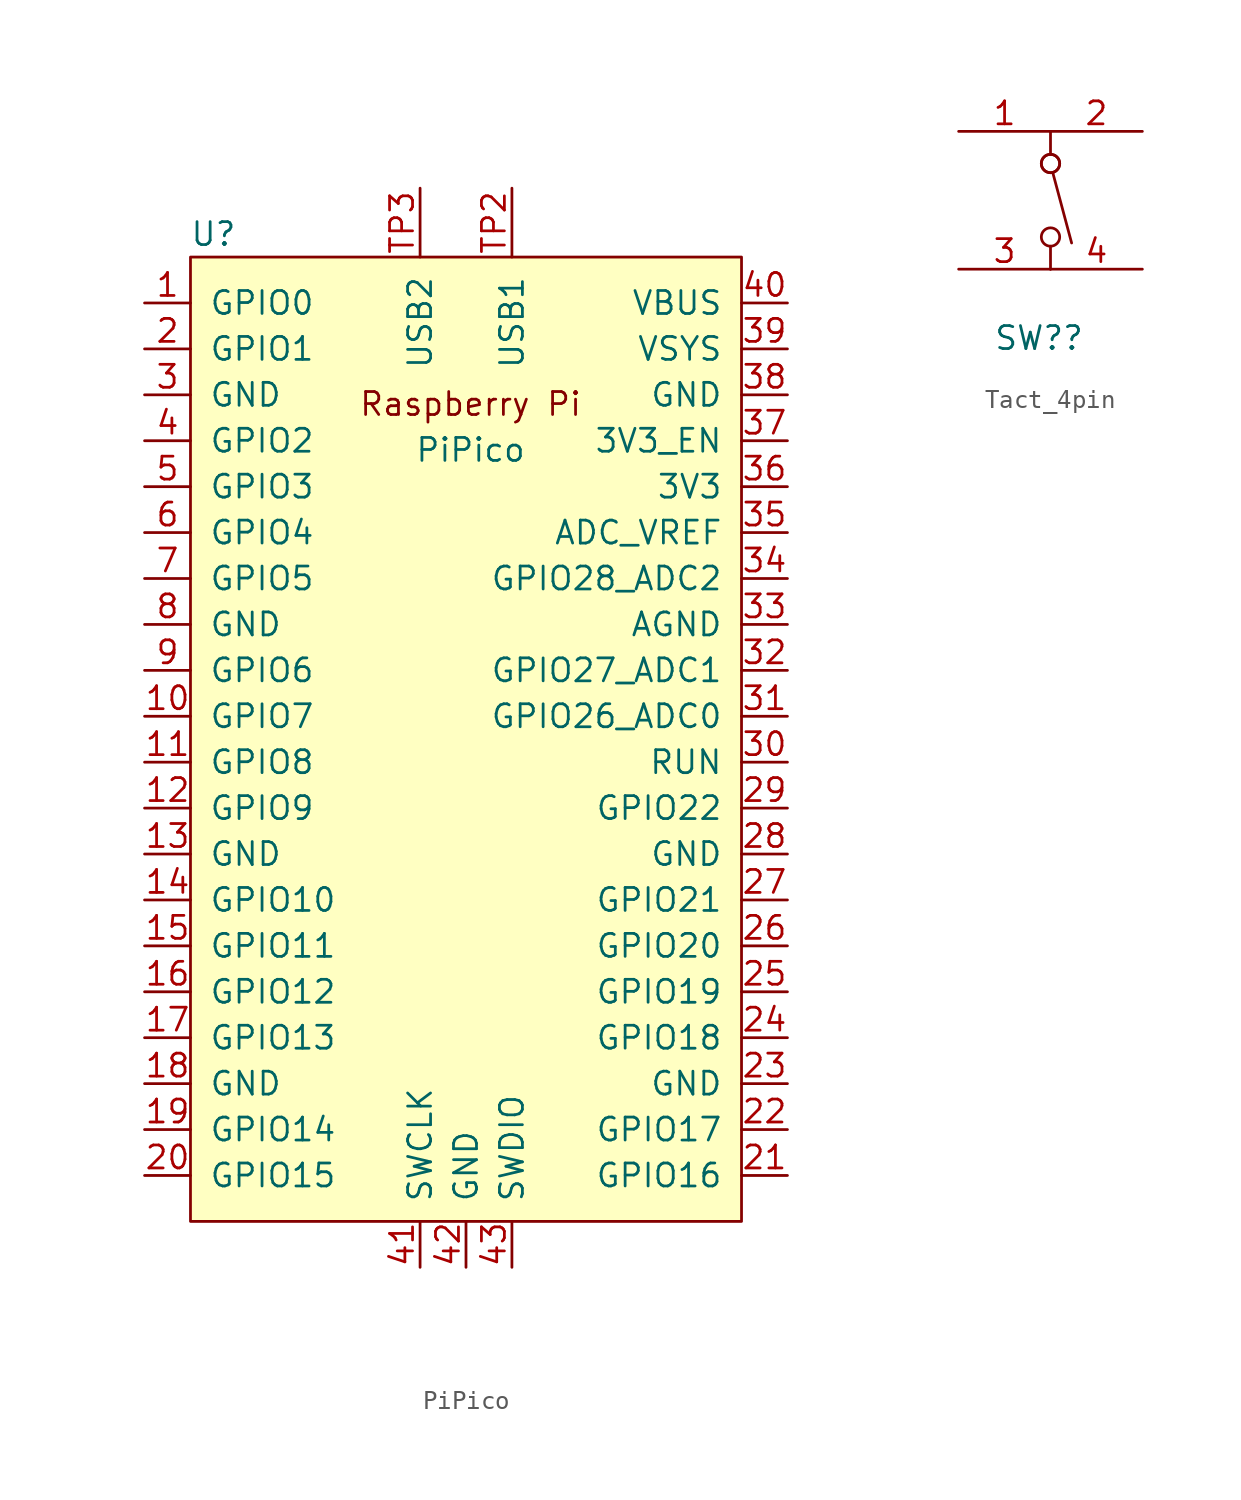
<source format=kicad_sym>
(kicad_symbol_lib
  (version 20241209)
  (generator "kicad_symbol_editor")
  (generator_version "9.0")
  (symbol "PiPico"
    (pin_names
      (offset 1.016))
    (property "Reference" "U"
      (at -13.97 27.94 0)
      (effects (font (size 1.27 1.27))))
    (property "Value" "PiPico"
      (at 0.254 16.002 0)
      (effects (font (size 1.27 1.27))))
    (symbol "PiPico_0_0"
      (text "Raspberry Pi" (at 0.254 18.542 0) (effects (font (size 1.27 1.27)))))
    (symbol "PiPico_0_1"
      (rectangle (start -15.24 26.67) (end 15.24 -26.67) (stroke (width 0) (type solid)) (fill (type background))))
    (symbol "PiPico_1_1"
      (pin bidirectional line (at -17.78 24.13 0) (length 2.54) (name "GPIO0" (effects (font (size 1.27 1.27)))) (number "1" (effects (font (size 1.27 1.27)))))
      (pin bidirectional line (at -17.78 21.59 0) (length 2.54) (name "GPIO1" (effects (font (size 1.27 1.27)))) (number "2" (effects (font (size 1.27 1.27)))))
      (pin power_in line (at -17.78 19.05 0) (length 2.54) (name "GND" (effects (font (size 1.27 1.27)))) (number "3" (effects (font (size 1.27 1.27)))))
      (pin bidirectional line (at -17.78 16.51 0) (length 2.54) (name "GPIO2" (effects (font (size 1.27 1.27)))) (number "4" (effects (font (size 1.27 1.27)))))
      (pin bidirectional line (at -17.78 13.97 0) (length 2.54) (name "GPIO3" (effects (font (size 1.27 1.27)))) (number "5" (effects (font (size 1.27 1.27)))))
      (pin bidirectional line (at -17.78 11.43 0) (length 2.54) (name "GPIO4" (effects (font (size 1.27 1.27)))) (number "6" (effects (font (size 1.27 1.27)))))
      (pin bidirectional line (at -17.78 8.89 0) (length 2.54) (name "GPIO5" (effects (font (size 1.27 1.27)))) (number "7" (effects (font (size 1.27 1.27)))))
      (pin power_in line (at -17.78 6.35 0) (length 2.54) (name "GND" (effects (font (size 1.27 1.27)))) (number "8" (effects (font (size 1.27 1.27)))))
      (pin bidirectional line (at -17.78 3.81 0) (length 2.54) (name "GPIO6" (effects (font (size 1.27 1.27)))) (number "9" (effects (font (size 1.27 1.27)))))
      (pin bidirectional line (at -17.78 1.27 0) (length 2.54) (name "GPIO7" (effects (font (size 1.27 1.27)))) (number "10" (effects (font (size 1.27 1.27)))))
      (pin bidirectional line (at -17.78 -1.27 0) (length 2.54) (name "GPIO8" (effects (font (size 1.27 1.27)))) (number "11" (effects (font (size 1.27 1.27)))))
      (pin bidirectional line (at -17.78 -3.81 0) (length 2.54) (name "GPIO9" (effects (font (size 1.27 1.27)))) (number "12" (effects (font (size 1.27 1.27)))))
      (pin power_in line (at -17.78 -6.35 0) (length 2.54) (name "GND" (effects (font (size 1.27 1.27)))) (number "13" (effects (font (size 1.27 1.27)))))
      (pin bidirectional line (at -17.78 -8.89 0) (length 2.54) (name "GPIO10" (effects (font (size 1.27 1.27)))) (number "14" (effects (font (size 1.27 1.27)))))
      (pin bidirectional line (at -17.78 -11.43 0) (length 2.54) (name "GPIO11" (effects (font (size 1.27 1.27)))) (number "15" (effects (font (size 1.27 1.27)))))
      (pin bidirectional line (at -17.78 -13.97 0) (length 2.54) (name "GPIO12" (effects (font (size 1.27 1.27)))) (number "16" (effects (font (size 1.27 1.27)))))
      (pin bidirectional line (at -17.78 -16.51 0) (length 2.54) (name "GPIO13" (effects (font (size 1.27 1.27)))) (number "17" (effects (font (size 1.27 1.27)))))
      (pin power_in line (at -17.78 -19.05 0) (length 2.54) (name "GND" (effects (font (size 1.27 1.27)))) (number "18" (effects (font (size 1.27 1.27)))))
      (pin bidirectional line (at -17.78 -21.59 0) (length 2.54) (name "GPIO14" (effects (font (size 1.27 1.27)))) (number "19" (effects (font (size 1.27 1.27)))))
      (pin bidirectional line (at -17.78 -24.13 0) (length 2.54) (name "GPIO15" (effects (font (size 1.27 1.27)))) (number "20" (effects (font (size 1.27 1.27)))))
      (pin bidirectional line (at -2.54 30.48 270) (length 3.81) (name "USB2" (effects (font (size 1.27 1.27)))) (number "TP3" (effects (font (size 1.27 1.27)))))
      (pin input line (at -2.54 -29.21 90) (length 2.54) (name "SWCLK" (effects (font (size 1.27 1.27)))) (number "41" (effects (font (size 1.27 1.27)))))
      (pin power_in line (at 0 -29.21 90) (length 2.54) (name "GND" (effects (font (size 1.27 1.27)))) (number "42" (effects (font (size 1.27 1.27)))))
      (pin bidirectional line (at 2.54 30.48 270) (length 3.81) (name "USB1" (effects (font (size 1.27 1.27)))) (number "TP2" (effects (font (size 1.27 1.27)))))
      (pin bidirectional line (at 2.54 -29.21 90) (length 2.54) (name "SWDIO" (effects (font (size 1.27 1.27)))) (number "43" (effects (font (size 1.27 1.27)))))
      (pin unspecified line (at 17.78 24.13 180) (length 2.54) (name "VBUS" (effects (font (size 1.27 1.27)))) (number "40" (effects (font (size 1.27 1.27)))))
      (pin unspecified line (at 17.78 21.59 180) (length 2.54) (name "VSYS" (effects (font (size 1.27 1.27)))) (number "39" (effects (font (size 1.27 1.27)))))
      (pin bidirectional line (at 17.78 19.05 180) (length 2.54) (name "GND" (effects (font (size 1.27 1.27)))) (number "38" (effects (font (size 1.27 1.27)))))
      (pin input line (at 17.78 16.51 180) (length 2.54) (name "3V3_EN" (effects (font (size 1.27 1.27)))) (number "37" (effects (font (size 1.27 1.27)))))
      (pin unspecified line (at 17.78 13.97 180) (length 2.54) (name "3V3" (effects (font (size 1.27 1.27)))) (number "36" (effects (font (size 1.27 1.27)))))
      (pin unspecified line (at 17.78 11.43 180) (length 2.54) (name "ADC_VREF" (effects (font (size 1.27 1.27)))) (number "35" (effects (font (size 1.27 1.27)))))
      (pin bidirectional line (at 17.78 8.89 180) (length 2.54) (name "GPIO28_ADC2" (effects (font (size 1.27 1.27)))) (number "34" (effects (font (size 1.27 1.27)))))
      (pin power_in line (at 17.78 6.35 180) (length 2.54) (name "AGND" (effects (font (size 1.27 1.27)))) (number "33" (effects (font (size 1.27 1.27)))))
      (pin bidirectional line (at 17.78 3.81 180) (length 2.54) (name "GPIO27_ADC1" (effects (font (size 1.27 1.27)))) (number "32" (effects (font (size 1.27 1.27)))))
      (pin bidirectional line (at 17.78 1.27 180) (length 2.54) (name "GPIO26_ADC0" (effects (font (size 1.27 1.27)))) (number "31" (effects (font (size 1.27 1.27)))))
      (pin input line (at 17.78 -1.27 180) (length 2.54) (name "RUN" (effects (font (size 1.27 1.27)))) (number "30" (effects (font (size 1.27 1.27)))))
      (pin bidirectional line (at 17.78 -3.81 180) (length 2.54) (name "GPIO22" (effects (font (size 1.27 1.27)))) (number "29" (effects (font (size 1.27 1.27)))))
      (pin power_in line (at 17.78 -6.35 180) (length 2.54) (name "GND" (effects (font (size 1.27 1.27)))) (number "28" (effects (font (size 1.27 1.27)))))
      (pin bidirectional line (at 17.78 -8.89 180) (length 2.54) (name "GPIO21" (effects (font (size 1.27 1.27)))) (number "27" (effects (font (size 1.27 1.27)))))
      (pin bidirectional line (at 17.78 -11.43 180) (length 2.54) (name "GPIO20" (effects (font (size 1.27 1.27)))) (number "26" (effects (font (size 1.27 1.27)))))
      (pin bidirectional line (at 17.78 -13.97 180) (length 2.54) (name "GPIO19" (effects (font (size 1.27 1.27)))) (number "25" (effects (font (size 1.27 1.27)))))
      (pin bidirectional line (at 17.78 -16.51 180) (length 2.54) (name "GPIO18" (effects (font (size 1.27 1.27)))) (number "24" (effects (font (size 1.27 1.27)))))
      (pin power_in line (at 17.78 -19.05 180) (length 2.54) (name "GND" (effects (font (size 1.27 1.27)))) (number "23" (effects (font (size 1.27 1.27)))))
      (pin bidirectional line (at 17.78 -21.59 180) (length 2.54) (name "GPIO17" (effects (font (size 1.27 1.27)))) (number "22" (effects (font (size 1.27 1.27)))))
      (pin bidirectional line (at 17.78 -24.13 180) (length 2.54) (name "GPIO16" (effects (font (size 1.27 1.27)))) (number "21" (effects (font (size 1.27 1.27)))))))
  (symbol "Tact_4pin"
    (pin_names
      (offset 0)
      (hide yes))
    (property "Reference" "SW?"
      (at -0.635 -7.62 0)
      (effects (font (size 1.27 1.27))))
    (symbol "Tact_4pin_0_0"
      (circle (center 0 2.032) (radius 0.508) (stroke (width 0) (type default)) (fill (type none)))
      (circle (center 0 2.032) (radius 0.508) (stroke (width 0) (type default)) (fill (type none)))
      (circle (center 0 -2.032) (radius 0.508) (stroke (width 0) (type default)) (fill (type none)))
      (polyline (pts (xy 0.127 1.524) (xy 1.168 -2.362)) (stroke (width 0) (type default)) (fill (type none))))
    (symbol "Tact_4pin_0_1"
      (polyline (pts (xy 0 3.81) (xy 0 2.54)) (stroke (width 0) (type default)) (fill (type none)))
      (polyline (pts (xy 0 -2.54) (xy 0 -3.81)) (stroke (width 0) (type default)) (fill (type none))))
    (symbol "Tact_4pin_1_1"
      (pin passive line (at -5.08 3.81 0) (length 5.08) (name "~" (effects (font (size 1.27 1.27)))) (number "1" (effects (font (size 1.27 1.27)))))
      (pin passive line (at -5.08 -3.81 0) (length 5.08) (name "~" (effects (font (size 1.27 1.27)))) (number "3" (effects (font (size 1.27 1.27)))))
      (pin passive line (at 5.08 3.81 180) (length 5.08) (name "~" (effects (font (size 1.27 1.27)))) (number "2" (effects (font (size 1.27 1.27)))))
      (pin passive line (at 5.08 -3.81 180) (length 5.08) (name "~" (effects (font (size 1.27 1.27)))) (number "4" (effects (font (size 1.27 1.27))))))))
</source>
